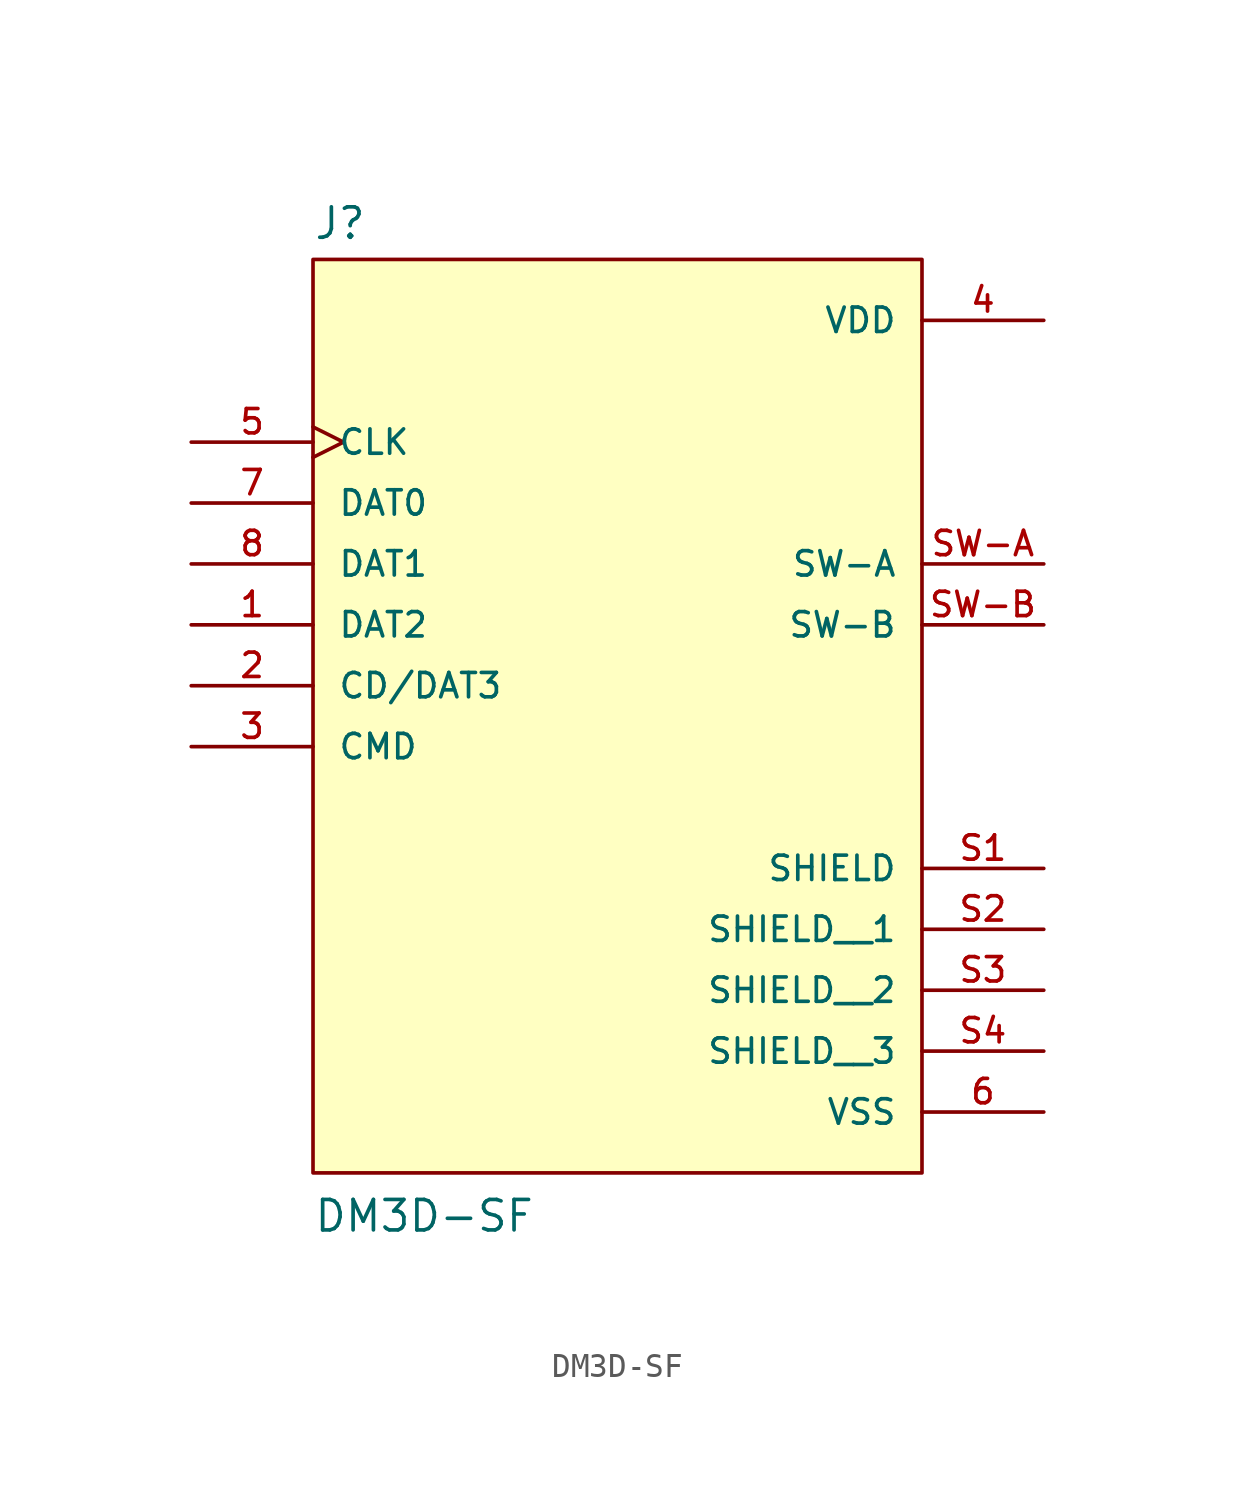
<source format=kicad_sym>
(kicad_symbol_lib
  (version 20211014)
  (generator kicad_symbol_editor)
  (symbol "DM3D-SF"
    (pin_names
      (offset 1.016))
    (property "Reference" "J"
      (at -12.7 16.002 0)
      (effects (font (size 1.27 1.27)) (justify bottom left)))
    (property "Value" "DM3D-SF"
      (at -12.7 -25.4 0)
      (effects (font (size 1.27 1.27)) (justify bottom left)))
    (symbol "DM3D-SF_0_0"
      (rectangle (start -12.7 -22.86) (end 12.7 15.24) (stroke (width 0.152)) (fill (type background)))
      (pin bidirectional line (at -17.78 2.54 0) (length 5.08) (name "DAT1" (effects (font (size 1.016 1.016)))) (number "8" (effects (font (size 1.016 1.016)))))
      (pin bidirectional line (at -17.78 5.08 0) (length 5.08) (name "DAT0" (effects (font (size 1.016 1.016)))) (number "7" (effects (font (size 1.016 1.016)))))
      (pin power_in line (at 17.78 -20.32 180.0) (length 5.08) (name "VSS" (effects (font (size 1.016 1.016)))) (number "6" (effects (font (size 1.016 1.016)))))
      (pin bidirectional clock (at -17.78 7.62 0) (length 5.08) (name "CLK" (effects (font (size 1.016 1.016)))) (number "5" (effects (font (size 1.016 1.016)))))
      (pin power_in line (at 17.78 12.7 180.0) (length 5.08) (name "VDD" (effects (font (size 1.016 1.016)))) (number "4" (effects (font (size 1.016 1.016)))))
      (pin bidirectional line (at -17.78 -5.08 0) (length 5.08) (name "CMD" (effects (font (size 1.016 1.016)))) (number "3" (effects (font (size 1.016 1.016)))))
      (pin bidirectional line (at -17.78 -2.54 0) (length 5.08) (name "CD/DAT3" (effects (font (size 1.016 1.016)))) (number "2" (effects (font (size 1.016 1.016)))))
      (pin bidirectional line (at -17.78 0.0 0) (length 5.08) (name "DAT2" (effects (font (size 1.016 1.016)))) (number "1" (effects (font (size 1.016 1.016)))))
      (pin passive line (at 17.78 -10.16 180.0) (length 5.08) (name "SHIELD" (effects (font (size 1.016 1.016)))) (number "S1" (effects (font (size 1.016 1.016)))))
      (pin bidirectional line (at 17.78 2.54 180.0) (length 5.08) (name "SW-A" (effects (font (size 1.016 1.016)))) (number "SW-A" (effects (font (size 1.016 1.016)))))
      (pin bidirectional line (at 17.78 0.0 180.0) (length 5.08) (name "SW-B" (effects (font (size 1.016 1.016)))) (number "SW-B" (effects (font (size 1.016 1.016)))))
      (pin passive line (at 17.78 -12.7 180.0) (length 5.08) (name "SHIELD__1" (effects (font (size 1.016 1.016)))) (number "S2" (effects (font (size 1.016 1.016)))))
      (pin passive line (at 17.78 -15.24 180.0) (length 5.08) (name "SHIELD__2" (effects (font (size 1.016 1.016)))) (number "S3" (effects (font (size 1.016 1.016)))))
      (pin passive line (at 17.78 -17.78 180.0) (length 5.08) (name "SHIELD__3" (effects (font (size 1.016 1.016)))) (number "S4" (effects (font (size 1.016 1.016))))))))
</source>
